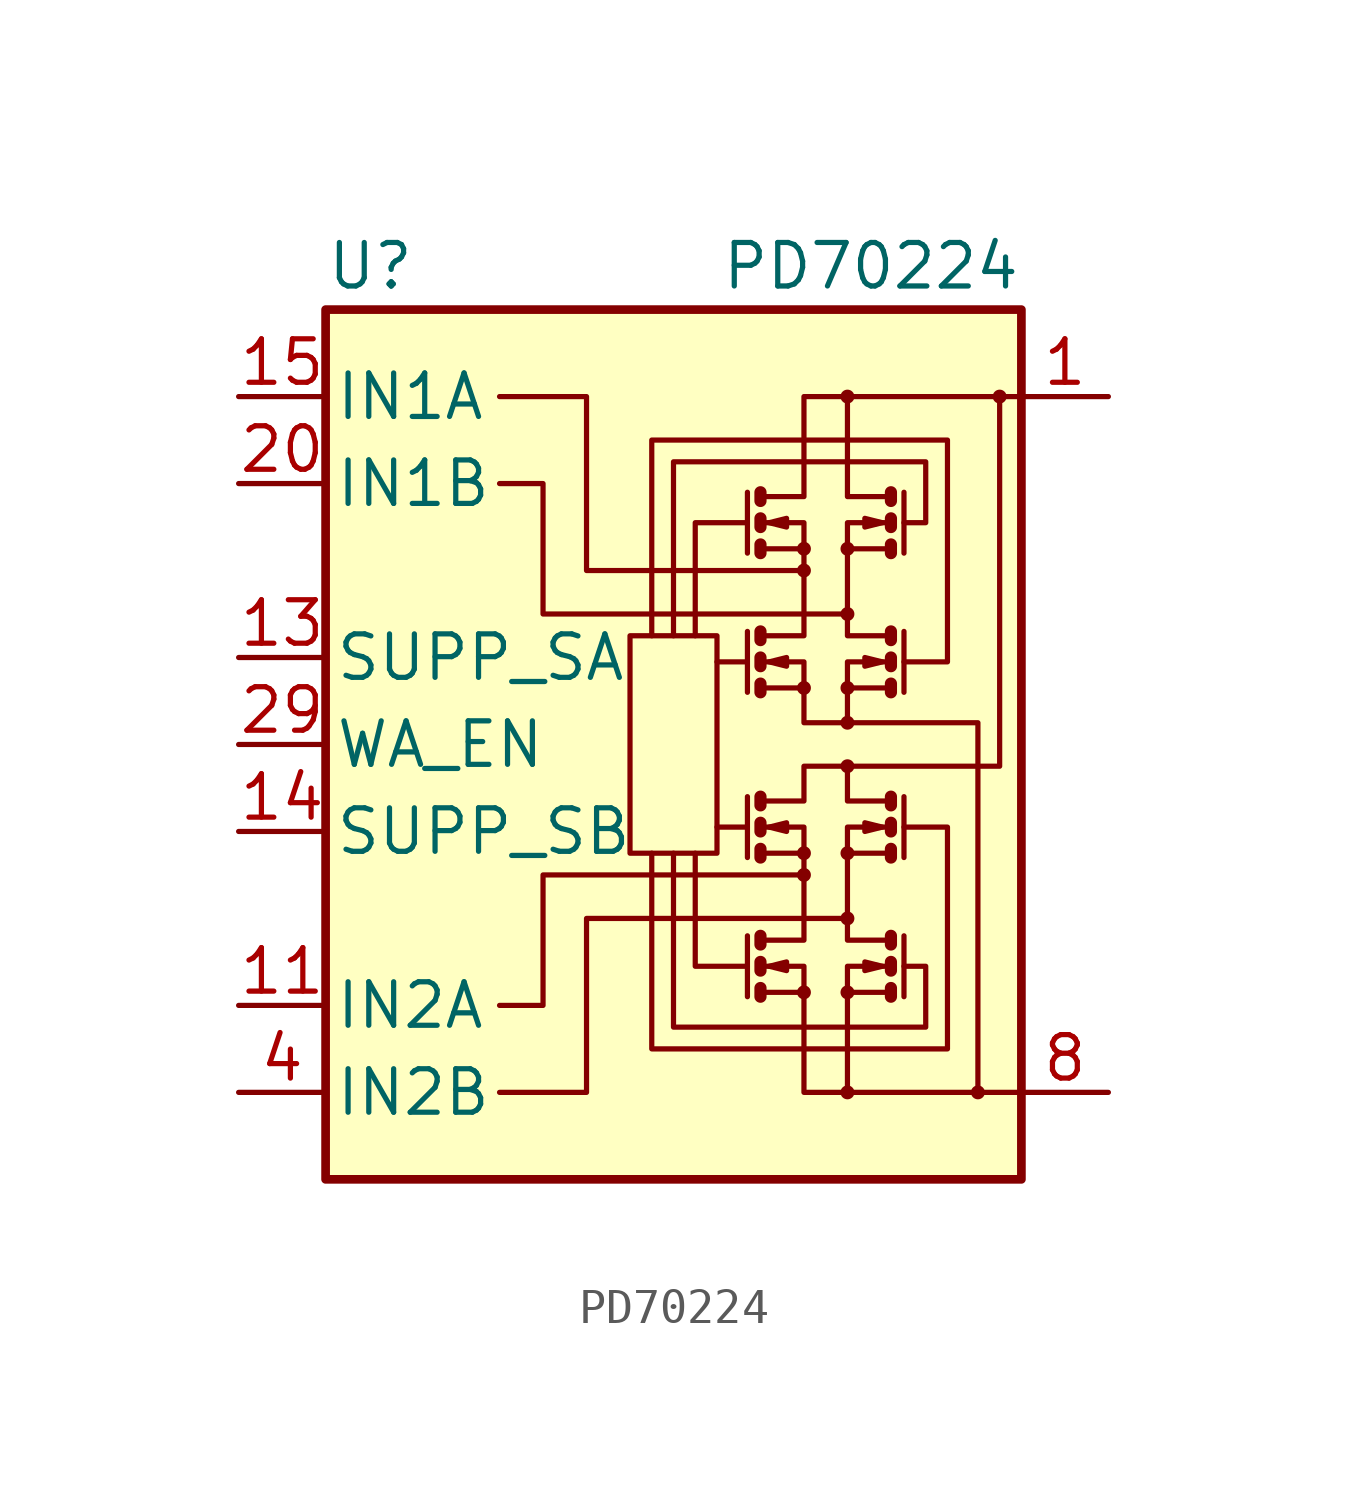
<source format=kicad_sym>
(kicad_symbol_lib
  (version 20241209)
  (generator "kicad_symbol_editor")
  (generator_version "9.0")
  (symbol "PD70224"
    (pin_names
      (offset 0.254))
    (property "Reference" "U"
      (at -10.16 13.97 0)
      (effects (font (size 1.27 1.27)) (justify left)))
    (property "Value" "PD70224"
      (at 10.16 13.97 0)
      (effects (font (size 1.27 1.27)) (justify right)))
    (symbol "PD70224_0_1"
      (rectangle (start -10.16 12.7) (end 10.16 -12.7) (stroke (width 0.254) (type default)) (fill (type background)))
      (polyline (pts (xy -5.08 -10.16) (xy -2.54 -10.16) (xy -2.54 -5.08) (xy 5.08 -5.08)) (stroke (width 0) (type default)) (fill (type none)))
      (rectangle (start -1.27 3.175) (end 1.27 -3.175) (stroke (width 0) (type default)) (fill (type none)))
      (polyline (pts (xy -0.635 3.175) (xy -0.635 8.89) (xy 8.001 8.89) (xy 8.001 2.413) (xy 6.731 2.413)) (stroke (width 0) (type default)) (fill (type none)))
      (polyline (pts (xy 0 -3.175) (xy 0 -8.255) (xy 7.366 -8.255) (xy 7.366 -6.477) (xy 6.731 -6.477)) (stroke (width 0) (type default)) (fill (type none)))
      (polyline (pts (xy 2.159 7.366) (xy 2.159 5.588)) (stroke (width 0) (type default)) (fill (type none)))
      (polyline (pts (xy 2.159 6.477) (xy 0.635 6.477) (xy 0.635 3.175)) (stroke (width 0) (type default)) (fill (type none)))
      (polyline (pts (xy 2.159 3.302) (xy 2.159 1.524)) (stroke (width 0) (type default)) (fill (type none)))
      (polyline (pts (xy 2.159 2.413) (xy 1.27 2.413)) (stroke (width 0) (type default)) (fill (type none)))
      (polyline (pts (xy 2.159 -1.524) (xy 2.159 -3.302)) (stroke (width 0) (type default)) (fill (type none)))
      (polyline (pts (xy 2.159 -2.413) (xy 1.27 -2.413)) (stroke (width 0) (type default)) (fill (type none)))
      (polyline (pts (xy 2.159 -5.588) (xy 2.159 -7.366)) (stroke (width 0) (type default)) (fill (type none)))
      (polyline (pts (xy 2.159 -6.477) (xy 0.635 -6.477) (xy 0.635 -3.175)) (stroke (width 0) (type default)) (fill (type none)))
      (polyline (pts (xy 2.54 7.366) (xy 2.54 7.112) (xy 2.54 7.112)) (stroke (width 0.356) (type default)) (fill (type none)))
      (polyline (pts (xy 2.54 7.239) (xy 3.81 7.239) (xy 3.81 10.16) (xy 10.16 10.16)) (stroke (width 0) (type default)) (fill (type none)))
      (polyline (pts (xy 2.54 6.604) (xy 2.54 6.35) (xy 2.54 6.35)) (stroke (width 0.356) (type default)) (fill (type none)))
      (polyline (pts (xy 2.54 6.477) (xy 3.81 6.477) (xy 3.81 3.175) (xy 2.54 3.175)) (stroke (width 0) (type default)) (fill (type none)))
      (polyline (pts (xy 2.54 5.842) (xy 2.54 5.588) (xy 2.54 5.588)) (stroke (width 0.356) (type default)) (fill (type none)))
      (polyline (pts (xy 2.54 5.715) (xy 3.81 5.715)) (stroke (width 0) (type default)) (fill (type none)))
      (polyline (pts (xy 2.54 2.54) (xy 2.54 2.286) (xy 2.54 2.286)) (stroke (width 0.356) (type default)) (fill (type none)))
      (polyline (pts (xy 2.54 2.413) (xy 3.81 2.413) (xy 3.81 0.635) (xy 8.89 0.635) (xy 8.89 -10.16)) (stroke (width 0) (type default)) (fill (type none)))
      (polyline (pts (xy 2.54 1.778) (xy 2.54 1.524) (xy 2.54 1.524)) (stroke (width 0.356) (type default)) (fill (type none)))
      (polyline (pts (xy 2.54 1.651) (xy 3.81 1.651)) (stroke (width 0) (type default)) (fill (type none)))
      (polyline (pts (xy 2.54 -1.524) (xy 2.54 -1.778) (xy 2.54 -1.778)) (stroke (width 0.356) (type default)) (fill (type none)))
      (polyline (pts (xy 2.54 -1.651) (xy 3.81 -1.651) (xy 3.81 -0.635) (xy 9.525 -0.635) (xy 9.525 10.16)) (stroke (width 0) (type default)) (fill (type none)))
      (polyline (pts (xy 2.54 -2.286) (xy 2.54 -2.54) (xy 2.54 -2.54)) (stroke (width 0.356) (type default)) (fill (type none)))
      (polyline (pts (xy 2.54 -2.413) (xy 3.81 -2.413) (xy 3.81 -5.715) (xy 2.54 -5.715)) (stroke (width 0) (type default)) (fill (type none)))
      (polyline (pts (xy 2.54 -3.048) (xy 2.54 -3.302) (xy 2.54 -3.302)) (stroke (width 0.356) (type default)) (fill (type none)))
      (polyline (pts (xy 2.54 -3.175) (xy 3.81 -3.175)) (stroke (width 0) (type default)) (fill (type none)))
      (polyline (pts (xy 2.54 -6.35) (xy 2.54 -6.604) (xy 2.54 -6.604)) (stroke (width 0.356) (type default)) (fill (type none)))
      (polyline (pts (xy 2.54 -6.477) (xy 3.81 -6.477) (xy 3.81 -10.16) (xy 10.16 -10.16)) (stroke (width 0) (type default)) (fill (type none)))
      (polyline (pts (xy 2.54 -7.112) (xy 2.54 -7.366) (xy 2.54 -7.366)) (stroke (width 0.356) (type default)) (fill (type none)))
      (polyline (pts (xy 2.54 -7.239) (xy 3.81 -7.239)) (stroke (width 0) (type default)) (fill (type none)))
      (polyline (pts (xy 2.794 6.477) (xy 3.302 6.604) (xy 3.302 6.35) (xy 2.794 6.477)) (stroke (width 0) (type default)) (fill (type none)))
      (polyline (pts (xy 2.794 2.413) (xy 3.302 2.54) (xy 3.302 2.286) (xy 2.794 2.413)) (stroke (width 0) (type default)) (fill (type none)))
      (polyline (pts (xy 2.794 -2.413) (xy 3.302 -2.286) (xy 3.302 -2.54) (xy 2.794 -2.413)) (stroke (width 0) (type default)) (fill (type none)))
      (polyline (pts (xy 2.794 -6.477) (xy 3.302 -6.35) (xy 3.302 -6.604) (xy 2.794 -6.477)) (stroke (width 0) (type default)) (fill (type none)))
      (circle (center 3.81 5.715) (radius 0.127) (stroke (width 0) (type default)) (fill (type none)))
      (polyline (pts (xy 3.81 5.08) (xy -2.54 5.08) (xy -2.54 10.16) (xy -5.08 10.16)) (stroke (width 0) (type default)) (fill (type none)))
      (circle (center 3.81 5.08) (radius 0.127) (stroke (width 0) (type default)) (fill (type none)))
      (circle (center 3.81 1.651) (radius 0.127) (stroke (width 0) (type default)) (fill (type none)))
      (circle (center 3.81 -3.175) (radius 0.127) (stroke (width 0) (type default)) (fill (type none)))
      (polyline (pts (xy 3.81 -3.81) (xy -3.81 -3.81) (xy -3.81 -7.62) (xy -5.08 -7.62)) (stroke (width 0) (type default)) (fill (type none)))
      (circle (center 3.81 -3.81) (radius 0.127) (stroke (width 0) (type default)) (fill (type none)))
      (circle (center 3.81 -7.239) (radius 0.127) (stroke (width 0) (type default)) (fill (type none)))
      (circle (center 5.08 10.16) (radius 0.127) (stroke (width 0) (type default)) (fill (type none)))
      (circle (center 5.08 5.715) (radius 0.127) (stroke (width 0) (type default)) (fill (type none)))
      (polyline (pts (xy 5.08 3.81) (xy -3.81 3.81) (xy -3.81 7.62) (xy -5.08 7.62)) (stroke (width 0) (type default)) (fill (type none)))
      (circle (center 5.08 3.81) (radius 0.127) (stroke (width 0) (type default)) (fill (type none)))
      (circle (center 5.08 1.651) (radius 0.127) (stroke (width 0) (type default)) (fill (type none)))
      (circle (center 5.08 0.635) (radius 0.127) (stroke (width 0) (type default)) (fill (type none)))
      (circle (center 5.08 -0.635) (radius 0.127) (stroke (width 0) (type default)) (fill (type none)))
      (circle (center 5.08 -3.175) (radius 0.127) (stroke (width 0) (type default)) (fill (type none)))
      (circle (center 5.08 -5.08) (radius 0.127) (stroke (width 0) (type default)) (fill (type none)))
      (circle (center 5.08 -7.239) (radius 0.127) (stroke (width 0) (type default)) (fill (type none)))
      (polyline (pts (xy 5.08 -10.16) (xy 5.08 -6.477) (xy 6.35 -6.477)) (stroke (width 0) (type default)) (fill (type none)))
      (circle (center 5.08 -10.16) (radius 0.127) (stroke (width 0) (type default)) (fill (type none)))
      (polyline (pts (xy 6.096 6.477) (xy 5.588 6.604) (xy 5.588 6.35) (xy 6.096 6.477)) (stroke (width 0) (type default)) (fill (type none)))
      (polyline (pts (xy 6.096 2.413) (xy 5.588 2.54) (xy 5.588 2.286) (xy 6.096 2.413)) (stroke (width 0) (type default)) (fill (type none)))
      (polyline (pts (xy 6.096 -2.413) (xy 5.588 -2.286) (xy 5.588 -2.54) (xy 6.096 -2.413)) (stroke (width 0) (type default)) (fill (type none)))
      (polyline (pts (xy 6.096 -6.477) (xy 5.588 -6.35) (xy 5.588 -6.604) (xy 6.096 -6.477)) (stroke (width 0) (type default)) (fill (type none)))
      (polyline (pts (xy 6.35 7.366) (xy 6.35 7.112) (xy 6.35 7.112)) (stroke (width 0.356) (type default)) (fill (type none)))
      (polyline (pts (xy 6.35 7.239) (xy 5.08 7.239) (xy 5.08 10.16)) (stroke (width 0) (type default)) (fill (type none)))
      (polyline (pts (xy 6.35 6.604) (xy 6.35 6.35) (xy 6.35 6.35)) (stroke (width 0.356) (type default)) (fill (type none)))
      (polyline (pts (xy 6.35 6.477) (xy 5.08 6.477) (xy 5.08 3.175) (xy 6.35 3.175)) (stroke (width 0) (type default)) (fill (type none)))
      (polyline (pts (xy 6.35 5.842) (xy 6.35 5.588) (xy 6.35 5.588)) (stroke (width 0.356) (type default)) (fill (type none)))
      (polyline (pts (xy 6.35 5.715) (xy 5.08 5.715)) (stroke (width 0) (type default)) (fill (type none)))
      (polyline (pts (xy 6.35 2.54) (xy 6.35 2.286) (xy 6.35 2.286)) (stroke (width 0.356) (type default)) (fill (type none)))
      (polyline (pts (xy 6.35 2.413) (xy 5.08 2.413) (xy 5.08 0.635)) (stroke (width 0) (type default)) (fill (type none)))
      (polyline (pts (xy 6.35 1.778) (xy 6.35 1.524) (xy 6.35 1.524)) (stroke (width 0.356) (type default)) (fill (type none)))
      (polyline (pts (xy 6.35 1.651) (xy 5.08 1.651)) (stroke (width 0) (type default)) (fill (type none)))
      (polyline (pts (xy 6.35 -1.524) (xy 6.35 -1.778) (xy 6.35 -1.778)) (stroke (width 0.356) (type default)) (fill (type none)))
      (polyline (pts (xy 6.35 -1.651) (xy 5.08 -1.651) (xy 5.08 -0.635)) (stroke (width 0) (type default)) (fill (type none)))
      (polyline (pts (xy 6.35 -2.286) (xy 6.35 -2.54) (xy 6.35 -2.54)) (stroke (width 0.356) (type default)) (fill (type none)))
      (polyline (pts (xy 6.35 -2.413) (xy 5.08 -2.413) (xy 5.08 -5.715) (xy 6.35 -5.715)) (stroke (width 0) (type default)) (fill (type none)))
      (polyline (pts (xy 6.35 -3.048) (xy 6.35 -3.302) (xy 6.35 -3.302)) (stroke (width 0.356) (type default)) (fill (type none)))
      (polyline (pts (xy 6.35 -3.175) (xy 5.08 -3.175)) (stroke (width 0) (type default)) (fill (type none)))
      (polyline (pts (xy 6.35 -6.35) (xy 6.35 -6.604) (xy 6.35 -6.604)) (stroke (width 0.356) (type default)) (fill (type none)))
      (polyline (pts (xy 6.35 -7.112) (xy 6.35 -7.366) (xy 6.35 -7.366)) (stroke (width 0.356) (type default)) (fill (type none)))
      (polyline (pts (xy 6.35 -7.239) (xy 5.08 -7.239)) (stroke (width 0) (type default)) (fill (type none)))
      (polyline (pts (xy 6.731 7.366) (xy 6.731 5.588)) (stroke (width 0) (type default)) (fill (type none)))
      (polyline (pts (xy 6.731 6.477) (xy 7.366 6.477) (xy 7.366 8.255) (xy 0 8.255) (xy 0 3.175)) (stroke (width 0) (type default)) (fill (type none)))
      (polyline (pts (xy 6.731 3.302) (xy 6.731 1.524)) (stroke (width 0) (type default)) (fill (type none)))
      (polyline (pts (xy 6.731 -1.524) (xy 6.731 -3.302)) (stroke (width 0) (type default)) (fill (type none)))
      (polyline (pts (xy 6.731 -2.413) (xy 8.001 -2.413) (xy 8.001 -8.89) (xy -0.635 -8.89) (xy -0.635 -3.175)) (stroke (width 0) (type default)) (fill (type none)))
      (polyline (pts (xy 6.731 -5.588) (xy 6.731 -7.366)) (stroke (width 0) (type default)) (fill (type none)))
      (circle (center 8.89 -10.16) (radius 0.127) (stroke (width 0) (type default)) (fill (type none)))
      (circle (center 9.525 10.16) (radius 0.127) (stroke (width 0) (type default)) (fill (type none))))
    (symbol "PD70224_1_1"
      (polyline (pts (xy 2.54 3.302) (xy 2.54 3.048)) (stroke (width 0.356) (type default)) (fill (type none)))
      (polyline (pts (xy 2.54 -5.588) (xy 2.54 -5.842)) (stroke (width 0.356) (type default)) (fill (type none)))
      (polyline (pts (xy 6.35 3.302) (xy 6.35 3.048)) (stroke (width 0.356) (type default)) (fill (type none)))
      (polyline (pts (xy 6.35 -5.588) (xy 6.35 -5.842)) (stroke (width 0.356) (type default)) (fill (type none)))
      (pin passive line (at -12.7 10.16 0) (length 2.54) (name "IN1A" (effects (font (size 1.27 1.27)))) (number "15" (effects (font (size 1.27 1.27)))))
      (pin passive line (at -12.7 10.16 0) (length 2.54) (hide yes) (name "IN1A" (effects (font (size 1.27 1.27)))) (number "16" (effects (font (size 1.27 1.27)))))
      (pin passive line (at -12.7 10.16 0) (length 2.54) (hide yes) (name "IN1A" (effects (font (size 1.27 1.27)))) (number "27" (effects (font (size 1.27 1.27)))))
      (pin passive line (at -12.7 10.16 0) (length 2.54) (hide yes) (name "IN1A" (effects (font (size 1.27 1.27)))) (number "28" (effects (font (size 1.27 1.27)))))
      (pin passive line (at -12.7 7.62 0) (length 2.54) (name "IN1B" (effects (font (size 1.27 1.27)))) (number "20" (effects (font (size 1.27 1.27)))))
      (pin passive line (at -12.7 7.62 0) (length 2.54) (hide yes) (name "IN1B" (effects (font (size 1.27 1.27)))) (number "21" (effects (font (size 1.27 1.27)))))
      (pin passive line (at -12.7 7.62 0) (length 2.54) (hide yes) (name "IN1B" (effects (font (size 1.27 1.27)))) (number "22" (effects (font (size 1.27 1.27)))))
      (pin passive line (at -12.7 7.62 0) (length 2.54) (hide yes) (name "IN1B" (effects (font (size 1.27 1.27)))) (number "23" (effects (font (size 1.27 1.27)))))
      (pin input line (at -12.7 2.54 0) (length 2.54) (name "SUPP_SA" (effects (font (size 1.27 1.27)))) (number "13" (effects (font (size 1.27 1.27)))))
      (pin input line (at -12.7 0 0) (length 2.54) (name "WA_EN" (effects (font (size 1.27 1.27)))) (number "29" (effects (font (size 1.27 1.27)))))
      (pin input line (at -12.7 -2.54 0) (length 2.54) (name "SUPP_SB" (effects (font (size 1.27 1.27)))) (number "14" (effects (font (size 1.27 1.27)))))
      (pin passive line (at -12.7 -7.62 0) (length 2.54) (name "IN2A" (effects (font (size 1.27 1.27)))) (number "11" (effects (font (size 1.27 1.27)))))
      (pin passive line (at -12.7 -7.62 0) (length 2.54) (hide yes) (name "IN2A" (effects (font (size 1.27 1.27)))) (number "12" (effects (font (size 1.27 1.27)))))
      (pin passive line (at -12.7 -7.62 0) (length 2.54) (hide yes) (name "IN2A" (effects (font (size 1.27 1.27)))) (number "31" (effects (font (size 1.27 1.27)))))
      (pin passive line (at -12.7 -7.62 0) (length 2.54) (hide yes) (name "IN2A" (effects (font (size 1.27 1.27)))) (number "32" (effects (font (size 1.27 1.27)))))
      (pin passive line (at -12.7 -10.16 0) (length 2.54) (name "IN2B" (effects (font (size 1.27 1.27)))) (number "4" (effects (font (size 1.27 1.27)))))
      (pin passive line (at -12.7 -10.16 0) (length 2.54) (hide yes) (name "IN2B" (effects (font (size 1.27 1.27)))) (number "5" (effects (font (size 1.27 1.27)))))
      (pin passive line (at -12.7 -10.16 0) (length 2.54) (hide yes) (name "IN2B" (effects (font (size 1.27 1.27)))) (number "6" (effects (font (size 1.27 1.27)))))
      (pin passive line (at -12.7 -10.16 0) (length 2.54) (hide yes) (name "IN2B" (effects (font (size 1.27 1.27)))) (number "7" (effects (font (size 1.27 1.27)))))
      (pin no_connect line (at -10.16 5.08 0) (length 2.54) (hide yes) (name "NC" (effects (font (size 1.27 1.27)))) (number "30" (effects (font (size 1.27 1.27)))))
      (pin power_in line (at 12.7 10.16 180) (length 2.54) (name "~" (effects (font (size 1.27 1.27)))) (number "1" (effects (font (size 1.27 1.27)))))
      (pin passive line (at 12.7 10.16 180) (length 2.54) (hide yes) (name "~" (effects (font (size 1.27 1.27)))) (number "2" (effects (font (size 1.27 1.27)))))
      (pin passive line (at 12.7 10.16 180) (length 2.54) (hide yes) (name "~" (effects (font (size 1.27 1.27)))) (number "24" (effects (font (size 1.27 1.27)))))
      (pin passive line (at 12.7 10.16 180) (length 2.54) (hide yes) (name "~" (effects (font (size 1.27 1.27)))) (number "25" (effects (font (size 1.27 1.27)))))
      (pin passive line (at 12.7 10.16 180) (length 2.54) (hide yes) (name "~" (effects (font (size 1.27 1.27)))) (number "26" (effects (font (size 1.27 1.27)))))
      (pin passive line (at 12.7 10.16 180) (length 2.54) (hide yes) (name "~" (effects (font (size 1.27 1.27)))) (number "3" (effects (font (size 1.27 1.27)))))
      (pin passive line (at 12.7 10.16 180) (length 2.54) (hide yes) (name "~" (effects (font (size 1.27 1.27)))) (number "33" (effects (font (size 1.27 1.27)))))
      (pin passive line (at 12.7 -10.16 180) (length 2.54) (hide yes) (name "~" (effects (font (size 1.27 1.27)))) (number "10" (effects (font (size 1.27 1.27)))))
      (pin passive line (at 12.7 -10.16 180) (length 2.54) (hide yes) (name "~" (effects (font (size 1.27 1.27)))) (number "17" (effects (font (size 1.27 1.27)))))
      (pin passive line (at 12.7 -10.16 180) (length 2.54) (hide yes) (name "~" (effects (font (size 1.27 1.27)))) (number "18" (effects (font (size 1.27 1.27)))))
      (pin passive line (at 12.7 -10.16 180) (length 2.54) (hide yes) (name "~" (effects (font (size 1.27 1.27)))) (number "19" (effects (font (size 1.27 1.27)))))
      (pin passive line (at 12.7 -10.16 180) (length 2.54) (hide yes) (name "~" (effects (font (size 1.27 1.27)))) (number "34" (effects (font (size 1.27 1.27)))))
      (pin power_in line (at 12.7 -10.16 180) (length 2.54) (name "~" (effects (font (size 1.27 1.27)))) (number "8" (effects (font (size 1.27 1.27)))))
      (pin passive line (at 12.7 -10.16 180) (length 2.54) (hide yes) (name "~" (effects (font (size 1.27 1.27)))) (number "9" (effects (font (size 1.27 1.27))))))))
</source>
